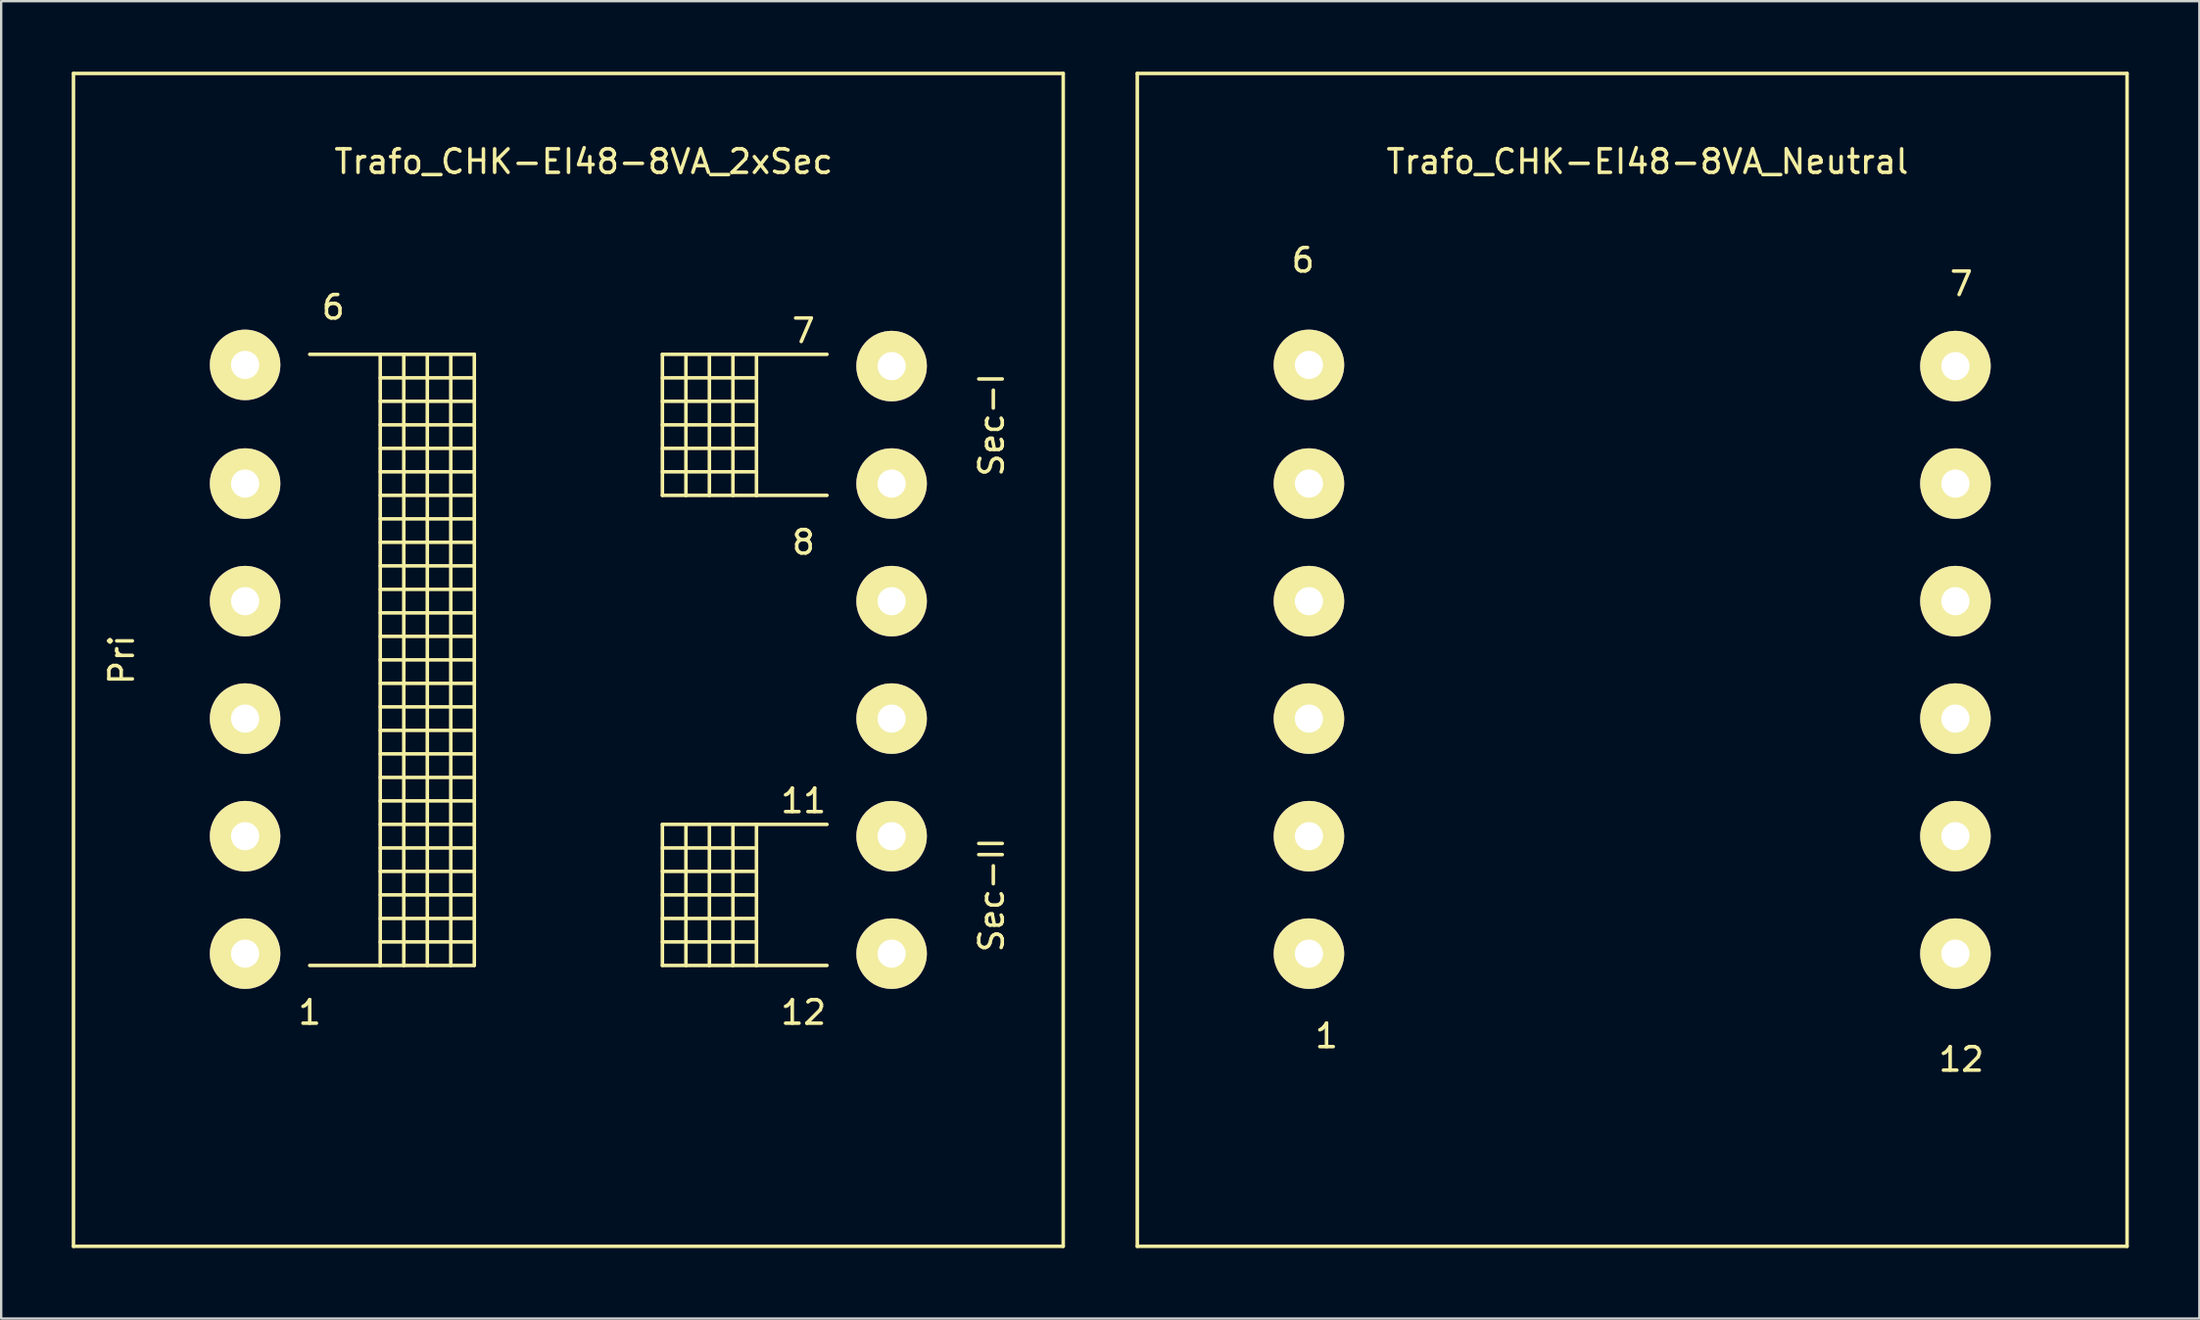
<source format=kicad_pcb>
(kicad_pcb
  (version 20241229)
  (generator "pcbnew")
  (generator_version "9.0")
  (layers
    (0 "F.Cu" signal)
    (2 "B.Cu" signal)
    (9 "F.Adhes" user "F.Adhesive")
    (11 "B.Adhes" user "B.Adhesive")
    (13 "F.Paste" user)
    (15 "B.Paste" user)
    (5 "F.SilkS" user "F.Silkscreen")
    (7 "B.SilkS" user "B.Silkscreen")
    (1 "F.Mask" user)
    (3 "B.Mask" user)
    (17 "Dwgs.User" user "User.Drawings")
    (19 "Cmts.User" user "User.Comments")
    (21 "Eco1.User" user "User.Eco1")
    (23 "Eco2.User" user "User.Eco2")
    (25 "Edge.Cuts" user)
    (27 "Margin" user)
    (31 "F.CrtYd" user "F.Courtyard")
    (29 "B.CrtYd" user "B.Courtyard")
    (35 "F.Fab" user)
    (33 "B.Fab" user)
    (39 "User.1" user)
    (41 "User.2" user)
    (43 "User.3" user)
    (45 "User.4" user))
  (footprint "Trafo_CHK-EI48-8VA_2xSec"
    (layer "F.Cu")
    (at 21.124 25.025)
    (property "Reference" "Trafo_CHK-EI48-8VA_2xSec" (at 0.65 -21.199 0) (layer "F.SilkS") (effects (font (size 1 1) (thickness 0.15))))
    (attr through_hole)
    (fp_line (start -21.049 -24.95) (end 21.049 -24.95) (stroke (width 0.15) (type solid)) (layer "F.SilkS"))
    (fp_line (start -21.049 24.95) (end -21.049 -24.95) (stroke (width 0.15) (type solid)) (layer "F.SilkS"))
    (fp_line (start -11.001 -13) (end -8.001 -13) (stroke (width 0.15) (type solid)) (layer "F.SilkS"))
    (fp_line (start -8.001 -13) (end -8.001 13) (stroke (width 0.15) (type solid)) (layer "F.SilkS"))
    (fp_line (start -8.001 -13) (end -7 -13) (stroke (width 0.15) (type solid)) (layer "F.SilkS"))
    (fp_line (start -8.001 -11.999) (end -4 -11.999) (stroke (width 0.15) (type solid)) (layer "F.SilkS"))
    (fp_line (start -8.001 -11.001) (end -4 -11.001) (stroke (width 0.15) (type solid)) (layer "F.SilkS"))
    (fp_line (start -8.001 -10) (end -4 -10) (stroke (width 0.15) (type solid)) (layer "F.SilkS"))
    (fp_line (start -8.001 -8.999) (end -4 -8.999) (stroke (width 0.15) (type solid)) (layer "F.SilkS"))
    (fp_line (start -8.001 -8.001) (end -4 -8.001) (stroke (width 0.15) (type solid)) (layer "F.SilkS"))
    (fp_line (start -8.001 -7) (end -4 -7) (stroke (width 0.15) (type solid)) (layer "F.SilkS"))
    (fp_line (start -8.001 -5.999) (end -4 -5.999) (stroke (width 0.15) (type solid)) (layer "F.SilkS"))
    (fp_line (start -8.001 -5.001) (end -4 -5.001) (stroke (width 0.15) (type solid)) (layer "F.SilkS"))
    (fp_line (start -8.001 -4) (end -4 -4) (stroke (width 0.15) (type solid)) (layer "F.SilkS"))
    (fp_line (start -8.001 -3) (end -4 -3) (stroke (width 0.15) (type solid)) (layer "F.SilkS"))
    (fp_line (start -8.001 -1.001) (end -4 -1.001) (stroke (width 0.15) (type solid)) (layer "F.SilkS"))
    (fp_line (start -8.001 0) (end -4 0) (stroke (width 0.15) (type solid)) (layer "F.SilkS"))
    (fp_line (start -8.001 1.999) (end -4 1.999) (stroke (width 0.15) (type solid)) (layer "F.SilkS"))
    (fp_line (start -8.001 4) (end -4 4) (stroke (width 0.15) (type solid)) (layer "F.SilkS"))
    (fp_line (start -8.001 5.999) (end -4 5.999) (stroke (width 0.15) (type solid)) (layer "F.SilkS"))
    (fp_line (start -8.001 8.001) (end -4 8.001) (stroke (width 0.15) (type solid)) (layer "F.SilkS"))
    (fp_line (start -8.001 10) (end -4 10) (stroke (width 0.15) (type solid)) (layer "F.SilkS"))
    (fp_line (start -8.001 11.999) (end -4 11.999) (stroke (width 0.15) (type solid)) (layer "F.SilkS"))
    (fp_line (start -8.001 13) (end -11.001 13) (stroke (width 0.15) (type solid)) (layer "F.SilkS"))
    (fp_line (start -7 -13) (end -7 13) (stroke (width 0.15) (type solid)) (layer "F.SilkS"))
    (fp_line (start -7 -13) (end -5.999 -13) (stroke (width 0.15) (type solid)) (layer "F.SilkS"))
    (fp_line (start -7 13) (end -8.001 13) (stroke (width 0.15) (type solid)) (layer "F.SilkS"))
    (fp_line (start -5.999 -13) (end -5.999 13) (stroke (width 0.15) (type solid)) (layer "F.SilkS"))
    (fp_line (start -5.999 -13) (end -5.001 -13) (stroke (width 0.15) (type solid)) (layer "F.SilkS"))
    (fp_line (start -5.999 13) (end -7 13) (stroke (width 0.15) (type solid)) (layer "F.SilkS"))
    (fp_line (start -5.001 -13) (end -5.001 13) (stroke (width 0.15) (type solid)) (layer "F.SilkS"))
    (fp_line (start -5.001 -13) (end -4 -13) (stroke (width 0.15) (type solid)) (layer "F.SilkS"))
    (fp_line (start -5.001 13) (end -5.999 13) (stroke (width 0.15) (type solid)) (layer "F.SilkS"))
    (fp_line (start -4 -13) (end -4 13) (stroke (width 0.15) (type solid)) (layer "F.SilkS"))
    (fp_line (start -4 -1.999) (end -8.001 -1.999) (stroke (width 0.15) (type solid)) (layer "F.SilkS"))
    (fp_line (start -4 1.001) (end -8.001 1.001) (stroke (width 0.15) (type solid)) (layer "F.SilkS"))
    (fp_line (start -4 3) (end -8.001 3) (stroke (width 0.15) (type solid)) (layer "F.SilkS"))
    (fp_line (start -4 5.001) (end -8.001 5.001) (stroke (width 0.15) (type solid)) (layer "F.SilkS"))
    (fp_line (start -4 7) (end -8.001 7) (stroke (width 0.15) (type solid)) (layer "F.SilkS"))
    (fp_line (start -4 8.999) (end -8.001 8.999) (stroke (width 0.15) (type solid)) (layer "F.SilkS"))
    (fp_line (start -4 11.001) (end -8.001 11.001) (stroke (width 0.15) (type solid)) (layer "F.SilkS"))
    (fp_line (start -4 13) (end -5.001 13) (stroke (width 0.15) (type solid)) (layer "F.SilkS"))
    (fp_line (start 4 -13) (end 4 -7) (stroke (width 0.15) (type solid)) (layer "F.SilkS"))
    (fp_line (start 4 -11.999) (end 8.001 -11.999) (stroke (width 0.15) (type solid)) (layer "F.SilkS"))
    (fp_line (start 4 -11.001) (end 8.001 -11.001) (stroke (width 0.15) (type solid)) (layer "F.SilkS"))
    (fp_line (start 4 -10) (end 8.001 -10) (stroke (width 0.15) (type solid)) (layer "F.SilkS"))
    (fp_line (start 4 -8.999) (end 8.001 -8.999) (stroke (width 0.15) (type solid)) (layer "F.SilkS"))
    (fp_line (start 4 -8.001) (end 8.001 -8.001) (stroke (width 0.15) (type solid)) (layer "F.SilkS"))
    (fp_line (start 4 -7) (end 5.001 -7) (stroke (width 0.15) (type solid)) (layer "F.SilkS"))
    (fp_line (start 4 7) (end 4 13) (stroke (width 0.15) (type solid)) (layer "F.SilkS"))
    (fp_line (start 4 8.001) (end 8.001 8.001) (stroke (width 0.15) (type solid)) (layer "F.SilkS"))
    (fp_line (start 4 8.999) (end 8.001 8.999) (stroke (width 0.15) (type solid)) (layer "F.SilkS"))
    (fp_line (start 4 10) (end 8.001 10) (stroke (width 0.15) (type solid)) (layer "F.SilkS"))
    (fp_line (start 4 11.001) (end 8.001 11.001) (stroke (width 0.15) (type solid)) (layer "F.SilkS"))
    (fp_line (start 4 11.999) (end 8.001 11.999) (stroke (width 0.15) (type solid)) (layer "F.SilkS"))
    (fp_line (start 4 13) (end 5.001 13) (stroke (width 0.15) (type solid)) (layer "F.SilkS"))
    (fp_line (start 5.001 -13) (end 4 -13) (stroke (width 0.15) (type solid)) (layer "F.SilkS"))
    (fp_line (start 5.001 -13) (end 5.001 -7) (stroke (width 0.15) (type solid)) (layer "F.SilkS"))
    (fp_line (start 5.001 -7) (end 5.999 -7) (stroke (width 0.15) (type solid)) (layer "F.SilkS"))
    (fp_line (start 5.001 7) (end 4 7) (stroke (width 0.15) (type solid)) (layer "F.SilkS"))
    (fp_line (start 5.001 7) (end 5.001 13) (stroke (width 0.15) (type solid)) (layer "F.SilkS"))
    (fp_line (start 5.001 13) (end 5.999 13) (stroke (width 0.15) (type solid)) (layer "F.SilkS"))
    (fp_line (start 5.999 -13) (end 5.001 -13) (stroke (width 0.15) (type solid)) (layer "F.SilkS"))
    (fp_line (start 5.999 -13) (end 5.999 -7) (stroke (width 0.15) (type solid)) (layer "F.SilkS"))
    (fp_line (start 5.999 -7) (end 7 -7) (stroke (width 0.15) (type solid)) (layer "F.SilkS"))
    (fp_line (start 5.999 7) (end 5.001 7) (stroke (width 0.15) (type solid)) (layer "F.SilkS"))
    (fp_line (start 5.999 7) (end 5.999 13) (stroke (width 0.15) (type solid)) (layer "F.SilkS"))
    (fp_line (start 5.999 13) (end 7 13) (stroke (width 0.15) (type solid)) (layer "F.SilkS"))
    (fp_line (start 7 -13) (end 5.999 -13) (stroke (width 0.15) (type solid)) (layer "F.SilkS"))
    (fp_line (start 7 -13) (end 7 -7) (stroke (width 0.15) (type solid)) (layer "F.SilkS"))
    (fp_line (start 7 -7) (end 8.001 -7) (stroke (width 0.15) (type solid)) (layer "F.SilkS"))
    (fp_line (start 7 7) (end 5.999 7) (stroke (width 0.15) (type solid)) (layer "F.SilkS"))
    (fp_line (start 7 7) (end 7 13) (stroke (width 0.15) (type solid)) (layer "F.SilkS"))
    (fp_line (start 7 13) (end 8.001 13) (stroke (width 0.15) (type solid)) (layer "F.SilkS"))
    (fp_line (start 8.001 -13) (end 7 -13) (stroke (width 0.15) (type solid)) (layer "F.SilkS"))
    (fp_line (start 8.001 -13) (end 8.001 -7) (stroke (width 0.15) (type solid)) (layer "F.SilkS"))
    (fp_line (start 8.001 -7) (end 11.001 -7) (stroke (width 0.15) (type solid)) (layer "F.SilkS"))
    (fp_line (start 8.001 7) (end 7 7) (stroke (width 0.15) (type solid)) (layer "F.SilkS"))
    (fp_line (start 8.001 7) (end 8.001 13) (stroke (width 0.15) (type solid)) (layer "F.SilkS"))
    (fp_line (start 8.001 13) (end 11.001 13) (stroke (width 0.15) (type solid)) (layer "F.SilkS"))
    (fp_line (start 11.001 -13) (end 8.001 -13) (stroke (width 0.15) (type solid)) (layer "F.SilkS"))
    (fp_line (start 11.001 7) (end 8.001 7) (stroke (width 0.15) (type solid)) (layer "F.SilkS"))
    (fp_line (start 21.049 -24.95) (end 21.049 24.95) (stroke (width 0.15) (type solid)) (layer "F.SilkS"))
    (fp_line (start 21.049 24.95) (end -21.049 24.95) (stroke (width 0.15) (type solid)) (layer "F.SilkS"))
    (fp_text user "6" (at -10 -15.001 0) (layer "F.SilkS") (effects (font (size 1 1) (thickness 0.15))))
    (fp_text user "7" (at 10 -14 0) (layer "F.SilkS") (effects (font (size 1 1) (thickness 0.15))))
    (fp_text user "Pri" (at -18.999 0 90) (layer "F.SilkS") (effects (font (size 1 1) (thickness 0.15))))
    (fp_text user "Sec-I" (at 18.001 -10 90) (layer "F.SilkS") (effects (font (size 1 1) (thickness 0.15))))
    (fp_text user "Sec-II" (at 18.001 10 90) (layer "F.SilkS") (effects (font (size 1 1) (thickness 0.15))))
    (fp_text user "1" (at -11.001 15.001 0) (layer "F.SilkS") (effects (font (size 1 1) (thickness 0.15))))
    (fp_text user "11" (at 10 5.999 0) (layer "F.SilkS") (effects (font (size 1 1) (thickness 0.15))))
    (fp_text user "8" (at 10 -5.001 0) (layer "F.SilkS") (effects (font (size 1 1) (thickness 0.15))))
    (fp_text user "12" (at 10 15.001 0) (layer "F.SilkS") (effects (font (size 1 1) (thickness 0.15))))
    (pad "1" thru_hole circle (at -13.749 12.499) (size 3 3) (drill 1.199) (layers "*.Cu" "*.Mask" "F.SilkS"))
    (pad "2" thru_hole circle (at -13.749 7.501) (size 3 3) (drill 1.199) (layers "*.Cu" "*.Mask" "F.SilkS"))
    (pad "3" thru_hole circle (at -13.749 2.499) (size 3 3) (drill 1.199) (layers "*.Cu" "*.Mask" "F.SilkS"))
    (pad "4" thru_hole circle (at -13.749 -2.499) (size 3 3) (drill 1.199) (layers "*.Cu" "*.Mask" "F.SilkS"))
    (pad "5" thru_hole circle (at -13.749 -7.501) (size 3 3) (drill 1.199) (layers "*.Cu" "*.Mask" "F.SilkS"))
    (pad "6" thru_hole circle (at -13.749 -12.55) (size 3 3) (drill 1.199) (layers "*.Cu" "*.Mask" "F.SilkS"))
    (pad "7" thru_hole circle (at 13.749 -12.499) (size 3 3) (drill 1.199) (layers "*.Cu" "*.Mask" "F.SilkS"))
    (pad "8" thru_hole circle (at 13.749 -7.501) (size 3 3) (drill 1.199) (layers "*.Cu" "*.Mask" "F.SilkS"))
    (pad "9" thru_hole circle (at 13.749 -2.499) (size 3 3) (drill 1.199) (layers "*.Cu" "*.Mask" "F.SilkS"))
    (pad "10" thru_hole circle (at 13.749 2.499) (size 3 3) (drill 1.199) (layers "*.Cu" "*.Mask" "F.SilkS"))
    (pad "11" thru_hole circle (at 13.749 7.501) (size 3 3) (drill 1.199) (layers "*.Cu" "*.Mask" "F.SilkS"))
    (pad "12" thru_hole circle (at 13.749 12.499) (size 3 3) (drill 1.199) (layers "*.Cu" "*.Mask" "F.SilkS")))
  (footprint "Trafo_CHK-EI48-8VA_Neutral"
    (layer "F.Cu")
    (at 66.372 25.025)
    (property "Reference" "Trafo_CHK-EI48-8VA_Neutral" (at 0.65 -21.199 0) (layer "F.SilkS") (effects (font (size 1 1) (thickness 0.15))))
    (attr through_hole)
    (fp_line (start -21.049 -24.95) (end 21.049 -24.95) (stroke (width 0.15) (type solid)) (layer "F.SilkS"))
    (fp_line (start -21.049 24.95) (end -21.049 -24.95) (stroke (width 0.15) (type solid)) (layer "F.SilkS"))
    (fp_line (start 21.049 -24.95) (end 21.049 24.95) (stroke (width 0.15) (type solid)) (layer "F.SilkS"))
    (fp_line (start 21.049 24.95) (end -21.049 24.95) (stroke (width 0.15) (type solid)) (layer "F.SilkS"))
    (fp_text user "6" (at -14 -17 0) (layer "F.SilkS") (effects (font (size 1 1) (thickness 0.15))))
    (fp_text user "1" (at -13 15.999 0) (layer "F.SilkS") (effects (font (size 1 1) (thickness 0.15))))
    (fp_text user "7" (at 14 -15.999 0) (layer "F.SilkS") (effects (font (size 1 1) (thickness 0.15))))
    (fp_text user "12" (at 14 17 0) (layer "F.SilkS") (effects (font (size 1 1) (thickness 0.15))))
    (pad "1" thru_hole circle (at -13.749 12.499) (size 3 3) (drill 1.199) (layers "*.Cu" "*.Mask" "F.SilkS"))
    (pad "2" thru_hole circle (at -13.749 7.501) (size 3 3) (drill 1.199) (layers "*.Cu" "*.Mask" "F.SilkS"))
    (pad "3" thru_hole circle (at -13.749 2.499) (size 3 3) (drill 1.199) (layers "*.Cu" "*.Mask" "F.SilkS"))
    (pad "4" thru_hole circle (at -13.749 -2.499) (size 3 3) (drill 1.199) (layers "*.Cu" "*.Mask" "F.SilkS"))
    (pad "5" thru_hole circle (at -13.749 -7.501) (size 3 3) (drill 1.199) (layers "*.Cu" "*.Mask" "F.SilkS"))
    (pad "6" thru_hole circle (at -13.749 -12.55) (size 3 3) (drill 1.199) (layers "*.Cu" "*.Mask" "F.SilkS"))
    (pad "7" thru_hole circle (at 13.749 -12.499) (size 3 3) (drill 1.199) (layers "*.Cu" "*.Mask" "F.SilkS"))
    (pad "8" thru_hole circle (at 13.749 -7.501) (size 3 3) (drill 1.199) (layers "*.Cu" "*.Mask" "F.SilkS"))
    (pad "9" thru_hole circle (at 13.749 -2.499) (size 3 3) (drill 1.199) (layers "*.Cu" "*.Mask" "F.SilkS"))
    (pad "10" thru_hole circle (at 13.749 2.499) (size 3 3) (drill 1.199) (layers "*.Cu" "*.Mask" "F.SilkS"))
    (pad "11" thru_hole circle (at 13.749 7.501) (size 3 3) (drill 1.199) (layers "*.Cu" "*.Mask" "F.SilkS"))
    (pad "12" thru_hole circle (at 13.749 12.499) (size 3 3) (drill 1.199) (layers "*.Cu" "*.Mask" "F.SilkS")))
  (gr_rect
    (start -3 -3)
    (end 90.496 53.051)
    (stroke (width 0.1) (type default))
    (fill no)
    (layer "Edge.Cuts")))
</source>
